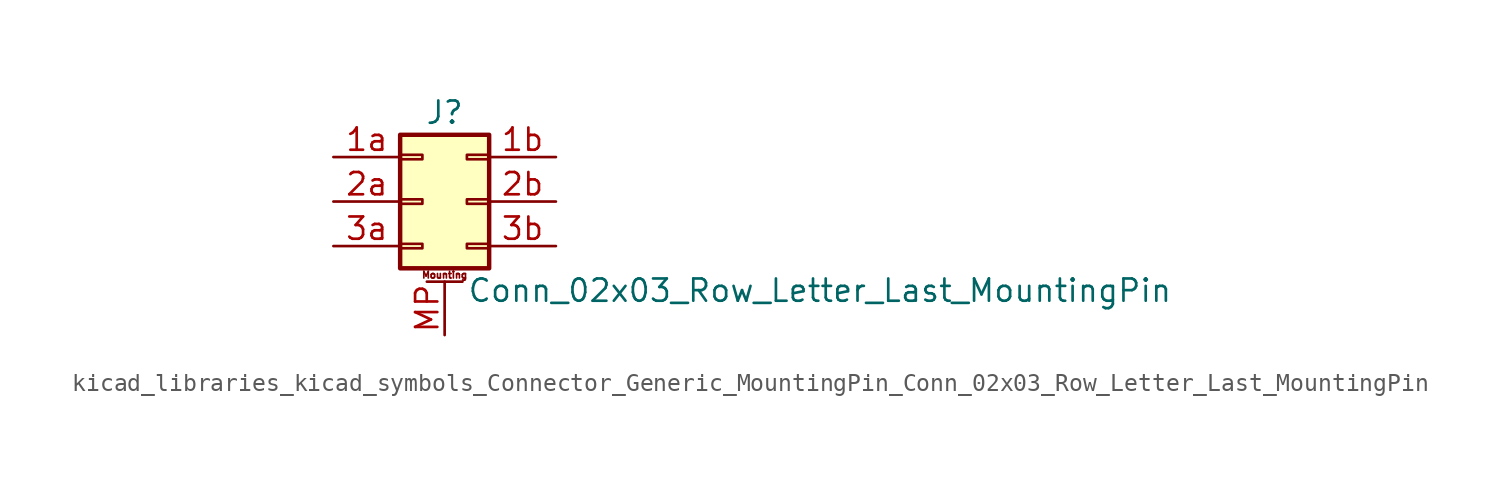
<source format=kicad_sym>
(kicad_symbol_lib
  (version 20220914)
  (generator kicad_symbol_editor)
  (symbol "kicad_libraries_kicad_symbols_Connector_Generic_MountingPin_Conn_02x03_Row_Letter_Last_MountingPin"
    (pin_names
      (offset 1.016) hide)
    (property "Reference" "J"
      (at 1.27 5.08 0)
      (effects (font (size 1.27 1.27))))
    (property "Value" "Conn_02x03_Row_Letter_Last_MountingPin"
      (at 2.54 -5.08 0)
      (effects (font (size 1.27 1.27)) (justify left)))
    (symbol "kicad_libraries_kicad_symbols_Connector_Generic_MountingPin_Conn_02x03_Row_Letter_Last_MountingPin_1_1"
      (rectangle (start -1.27 -2.413) (end 0 -2.667) (stroke (width 0.152) (type default)) (fill (type none)))
      (rectangle (start -1.27 0.127) (end 0 -0.127) (stroke (width 0.152) (type default)) (fill (type none)))
      (rectangle (start -1.27 2.667) (end 0 2.413) (stroke (width 0.152) (type default)) (fill (type none)))
      (rectangle (start -1.27 3.81) (end 3.81 -3.81) (stroke (width 0.254) (type default)) (fill (type background)))
      (polyline (pts (xy 0.254 -4.572) (xy 2.286 -4.572)) (stroke (width 0.152) (type default)) (fill (type none)))
      (rectangle (start 3.81 -2.413) (end 2.54 -2.667) (stroke (width 0.152) (type default)) (fill (type none)))
      (rectangle (start 3.81 0.127) (end 2.54 -0.127) (stroke (width 0.152) (type default)) (fill (type none)))
      (rectangle (start 3.81 2.667) (end 2.54 2.413) (stroke (width 0.152) (type default)) (fill (type none)))
      (text "Mounting" (at 1.27 -4.191 0) (effects (font (size 0.381 0.381))))
      (pin passive line (at -5.08 2.54 0) (length 3.81) (name "Pin_1a" (effects (font (size 1.27 1.27)))) (number "1a" (effects (font (size 1.27 1.27)))))
      (pin passive line (at 7.62 2.54 180) (length 3.81) (name "Pin_1b" (effects (font (size 1.27 1.27)))) (number "1b" (effects (font (size 1.27 1.27)))))
      (pin passive line (at -5.08 0 0) (length 3.81) (name "Pin_2a" (effects (font (size 1.27 1.27)))) (number "2a" (effects (font (size 1.27 1.27)))))
      (pin passive line (at 7.62 0 180) (length 3.81) (name "Pin_2b" (effects (font (size 1.27 1.27)))) (number "2b" (effects (font (size 1.27 1.27)))))
      (pin passive line (at -5.08 -2.54 0) (length 3.81) (name "Pin_3a" (effects (font (size 1.27 1.27)))) (number "3a" (effects (font (size 1.27 1.27)))))
      (pin passive line (at 7.62 -2.54 180) (length 3.81) (name "Pin_3b" (effects (font (size 1.27 1.27)))) (number "3b" (effects (font (size 1.27 1.27)))))
      (pin passive line (at 1.27 -7.62 90) (length 3.048) (name "MountPin" (effects (font (size 1.27 1.27)))) (number "MP" (effects (font (size 1.27 1.27))))))))
</source>
